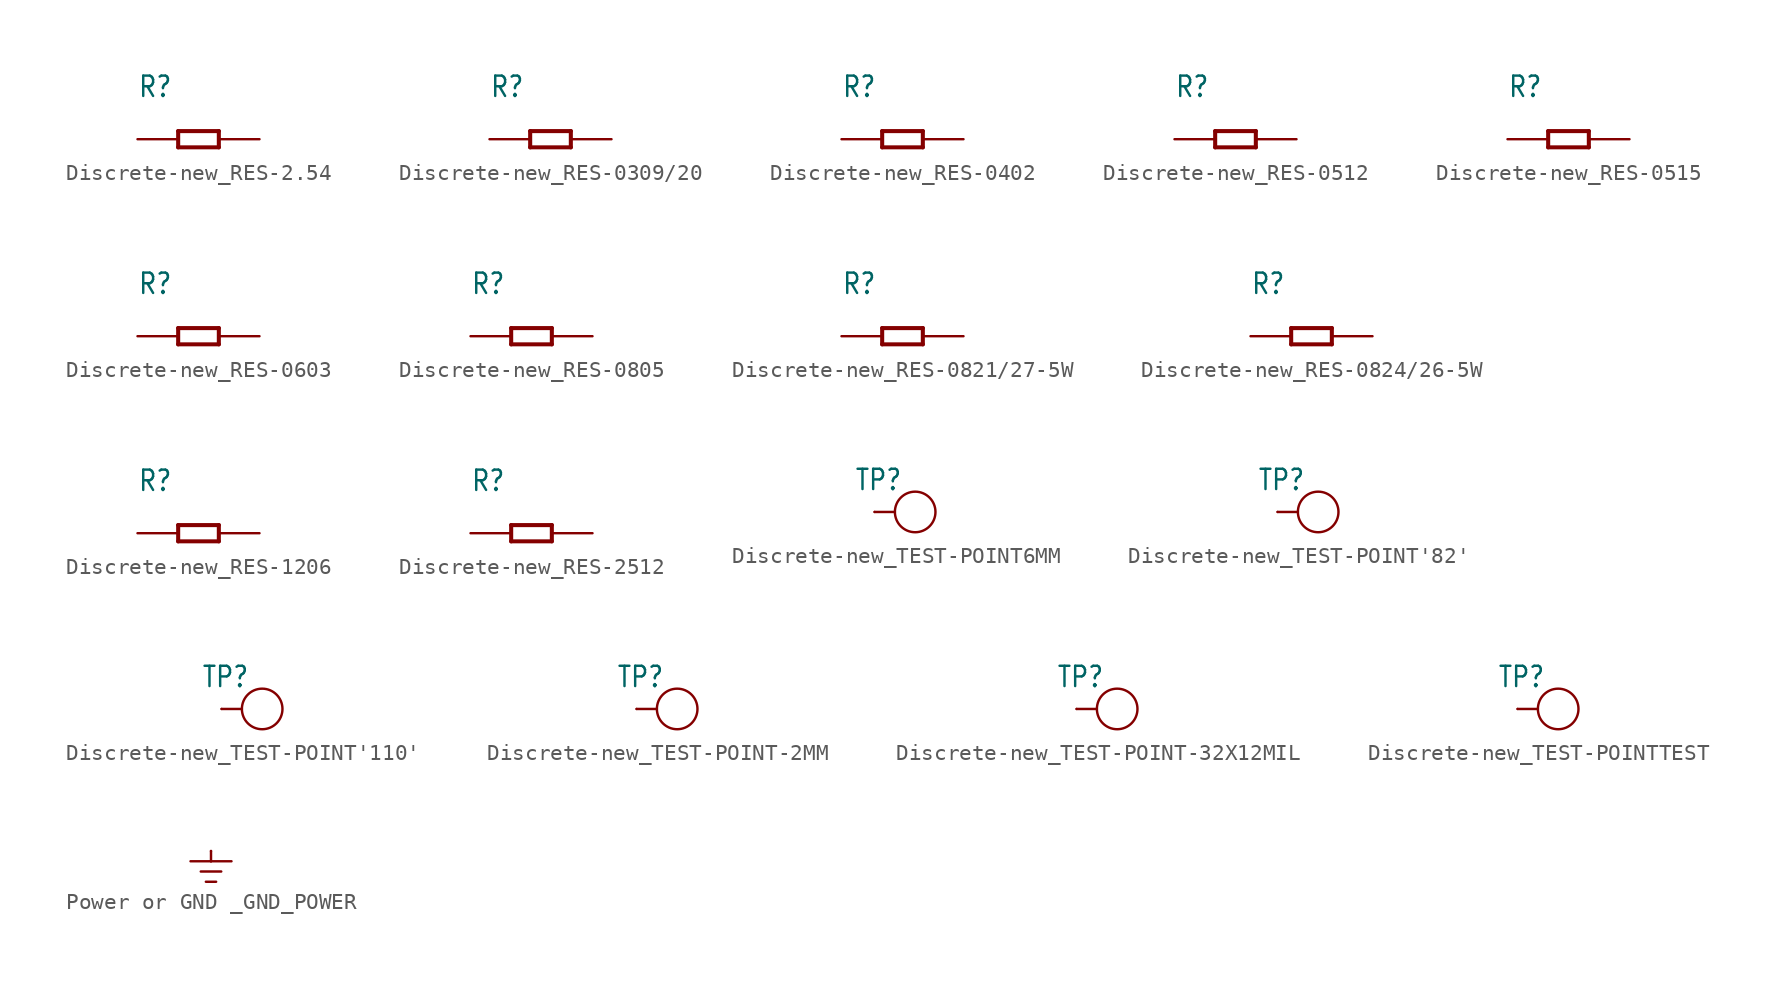
<source format=kicad_sym>
(kicad_symbol_lib
  (version 20231120)
  (generator "kicad_symbol_editor")
  (generator_version "8.0")
  (symbol "Discrete-new_RES-2.54"
    (property "Reference" "R"
      (at -3.81 2.54 0)
      (effects (font (size 1.27 1.079)) (justify left bottom)))
    (property "Value" ""
      (at -3.81 1.27 0)
      (effects (font (size 1.27 1.079)) (justify left bottom)))
    (property "ki_locked" ""
      (at 0 0 0)
      (effects (font (size 1.27 1.27))))
    (symbol "Discrete-new_RES-2.54_1_0"
      (polyline (pts (xy -1.27 -0.508) (xy -1.27 0.508)) (stroke (width 0.254) (type solid)) (fill (type none)))
      (polyline (pts (xy -1.27 0.508) (xy 1.27 0.508)) (stroke (width 0.254) (type solid)) (fill (type none)))
      (polyline (pts (xy 1.27 -0.508) (xy -1.27 -0.508)) (stroke (width 0.254) (type solid)) (fill (type none)))
      (polyline (pts (xy 1.27 0.508) (xy 1.27 -0.508)) (stroke (width 0.254) (type solid)) (fill (type none)))
      (pin passive line (at -3.81 0 0) (length 2.54) (name "1" (effects (font (size 0 0)))) (number "1" (effects (font (size 0 0)))))
      (pin passive line (at 3.81 0 180) (length 2.54) (name "2" (effects (font (size 0 0)))) (number "2" (effects (font (size 0 0)))))))
  (symbol "Discrete-new_RES-0309/20"
    (property "Reference" "R"
      (at -3.81 2.54 0)
      (effects (font (size 1.27 1.079)) (justify left bottom)))
    (property "Value" ""
      (at -3.81 1.27 0)
      (effects (font (size 1.27 1.079)) (justify left bottom)))
    (property "ki_locked" ""
      (at 0 0 0)
      (effects (font (size 1.27 1.27))))
    (symbol "Discrete-new_RES-0309/20_1_0"
      (polyline (pts (xy -1.27 -0.508) (xy -1.27 0.508)) (stroke (width 0.254) (type solid)) (fill (type none)))
      (polyline (pts (xy -1.27 0.508) (xy 1.27 0.508)) (stroke (width 0.254) (type solid)) (fill (type none)))
      (polyline (pts (xy 1.27 -0.508) (xy -1.27 -0.508)) (stroke (width 0.254) (type solid)) (fill (type none)))
      (polyline (pts (xy 1.27 0.508) (xy 1.27 -0.508)) (stroke (width 0.254) (type solid)) (fill (type none)))
      (pin passive line (at -3.81 0 0) (length 2.54) (name "1" (effects (font (size 0 0)))) (number "1" (effects (font (size 0 0)))))
      (pin passive line (at 3.81 0 180) (length 2.54) (name "2" (effects (font (size 0 0)))) (number "2" (effects (font (size 0 0)))))))
  (symbol "Discrete-new_RES-0402"
    (property "Reference" "R"
      (at -3.81 2.54 0)
      (effects (font (size 1.27 1.079)) (justify left bottom)))
    (property "Value" ""
      (at -3.81 1.27 0)
      (effects (font (size 1.27 1.079)) (justify left bottom)))
    (property "ki_locked" ""
      (at 0 0 0)
      (effects (font (size 1.27 1.27))))
    (symbol "Discrete-new_RES-0402_1_0"
      (polyline (pts (xy -1.27 -0.508) (xy -1.27 0.508)) (stroke (width 0.254) (type solid)) (fill (type none)))
      (polyline (pts (xy -1.27 0.508) (xy 1.27 0.508)) (stroke (width 0.254) (type solid)) (fill (type none)))
      (polyline (pts (xy 1.27 -0.508) (xy -1.27 -0.508)) (stroke (width 0.254) (type solid)) (fill (type none)))
      (polyline (pts (xy 1.27 0.508) (xy 1.27 -0.508)) (stroke (width 0.254) (type solid)) (fill (type none)))
      (pin passive line (at -3.81 0 0) (length 2.54) (name "1" (effects (font (size 0 0)))) (number "1" (effects (font (size 0 0)))))
      (pin passive line (at 3.81 0 180) (length 2.54) (name "2" (effects (font (size 0 0)))) (number "2" (effects (font (size 0 0)))))))
  (symbol "Discrete-new_RES-0512"
    (property "Reference" "R"
      (at -3.81 2.54 0)
      (effects (font (size 1.27 1.079)) (justify left bottom)))
    (property "Value" ""
      (at -3.81 1.27 0)
      (effects (font (size 1.27 1.079)) (justify left bottom)))
    (property "ki_locked" ""
      (at 0 0 0)
      (effects (font (size 1.27 1.27))))
    (symbol "Discrete-new_RES-0512_1_0"
      (polyline (pts (xy -1.27 -0.508) (xy -1.27 0.508)) (stroke (width 0.254) (type solid)) (fill (type none)))
      (polyline (pts (xy -1.27 0.508) (xy 1.27 0.508)) (stroke (width 0.254) (type solid)) (fill (type none)))
      (polyline (pts (xy 1.27 -0.508) (xy -1.27 -0.508)) (stroke (width 0.254) (type solid)) (fill (type none)))
      (polyline (pts (xy 1.27 0.508) (xy 1.27 -0.508)) (stroke (width 0.254) (type solid)) (fill (type none)))
      (pin passive line (at -3.81 0 0) (length 2.54) (name "1" (effects (font (size 0 0)))) (number "1" (effects (font (size 0 0)))))
      (pin passive line (at 3.81 0 180) (length 2.54) (name "2" (effects (font (size 0 0)))) (number "2" (effects (font (size 0 0)))))))
  (symbol "Discrete-new_RES-0515"
    (property "Reference" "R"
      (at -3.81 2.54 0)
      (effects (font (size 1.27 1.079)) (justify left bottom)))
    (property "Value" ""
      (at -3.81 1.27 0)
      (effects (font (size 1.27 1.079)) (justify left bottom)))
    (property "ki_locked" ""
      (at 0 0 0)
      (effects (font (size 1.27 1.27))))
    (symbol "Discrete-new_RES-0515_1_0"
      (polyline (pts (xy -1.27 -0.508) (xy -1.27 0.508)) (stroke (width 0.254) (type solid)) (fill (type none)))
      (polyline (pts (xy -1.27 0.508) (xy 1.27 0.508)) (stroke (width 0.254) (type solid)) (fill (type none)))
      (polyline (pts (xy 1.27 -0.508) (xy -1.27 -0.508)) (stroke (width 0.254) (type solid)) (fill (type none)))
      (polyline (pts (xy 1.27 0.508) (xy 1.27 -0.508)) (stroke (width 0.254) (type solid)) (fill (type none)))
      (pin passive line (at -3.81 0 0) (length 2.54) (name "1" (effects (font (size 0 0)))) (number "P$1" (effects (font (size 0 0)))))
      (pin passive line (at 3.81 0 180) (length 2.54) (name "2" (effects (font (size 0 0)))) (number "P$2" (effects (font (size 0 0)))))))
  (symbol "Discrete-new_RES-0603"
    (property "Reference" "R"
      (at -3.81 2.54 0)
      (effects (font (size 1.27 1.079)) (justify left bottom)))
    (property "Value" ""
      (at -3.81 1.27 0)
      (effects (font (size 1.27 1.079)) (justify left bottom)))
    (property "ki_locked" ""
      (at 0 0 0)
      (effects (font (size 1.27 1.27))))
    (symbol "Discrete-new_RES-0603_1_0"
      (polyline (pts (xy -1.27 -0.508) (xy -1.27 0.508)) (stroke (width 0.254) (type solid)) (fill (type none)))
      (polyline (pts (xy -1.27 0.508) (xy 1.27 0.508)) (stroke (width 0.254) (type solid)) (fill (type none)))
      (polyline (pts (xy 1.27 -0.508) (xy -1.27 -0.508)) (stroke (width 0.254) (type solid)) (fill (type none)))
      (polyline (pts (xy 1.27 0.508) (xy 1.27 -0.508)) (stroke (width 0.254) (type solid)) (fill (type none)))
      (pin passive line (at -3.81 0 0) (length 2.54) (name "1" (effects (font (size 0 0)))) (number "1" (effects (font (size 0 0)))))
      (pin passive line (at 3.81 0 180) (length 2.54) (name "2" (effects (font (size 0 0)))) (number "2" (effects (font (size 0 0)))))))
  (symbol "Discrete-new_RES-0805"
    (property "Reference" "R"
      (at -3.81 2.54 0)
      (effects (font (size 1.27 1.079)) (justify left bottom)))
    (property "Value" ""
      (at -3.81 1.27 0)
      (effects (font (size 1.27 1.079)) (justify left bottom)))
    (property "ki_locked" ""
      (at 0 0 0)
      (effects (font (size 1.27 1.27))))
    (symbol "Discrete-new_RES-0805_1_0"
      (polyline (pts (xy -1.27 -0.508) (xy -1.27 0.508)) (stroke (width 0.254) (type solid)) (fill (type none)))
      (polyline (pts (xy -1.27 0.508) (xy 1.27 0.508)) (stroke (width 0.254) (type solid)) (fill (type none)))
      (polyline (pts (xy 1.27 -0.508) (xy -1.27 -0.508)) (stroke (width 0.254) (type solid)) (fill (type none)))
      (polyline (pts (xy 1.27 0.508) (xy 1.27 -0.508)) (stroke (width 0.254) (type solid)) (fill (type none)))
      (pin passive line (at -3.81 0 0) (length 2.54) (name "1" (effects (font (size 0 0)))) (number "1" (effects (font (size 0 0)))))
      (pin passive line (at 3.81 0 180) (length 2.54) (name "2" (effects (font (size 0 0)))) (number "2" (effects (font (size 0 0)))))))
  (symbol "Discrete-new_RES-0821/27-5W"
    (property "Reference" "R"
      (at -3.81 2.54 0)
      (effects (font (size 1.27 1.079)) (justify left bottom)))
    (property "Value" ""
      (at -3.81 1.27 0)
      (effects (font (size 1.27 1.079)) (justify left bottom)))
    (property "ki_locked" ""
      (at 0 0 0)
      (effects (font (size 1.27 1.27))))
    (symbol "Discrete-new_RES-0821/27-5W_1_0"
      (polyline (pts (xy -1.27 -0.508) (xy -1.27 0.508)) (stroke (width 0.254) (type solid)) (fill (type none)))
      (polyline (pts (xy -1.27 0.508) (xy 1.27 0.508)) (stroke (width 0.254) (type solid)) (fill (type none)))
      (polyline (pts (xy 1.27 -0.508) (xy -1.27 -0.508)) (stroke (width 0.254) (type solid)) (fill (type none)))
      (polyline (pts (xy 1.27 0.508) (xy 1.27 -0.508)) (stroke (width 0.254) (type solid)) (fill (type none)))
      (pin passive line (at -3.81 0 0) (length 2.54) (name "1" (effects (font (size 0 0)))) (number "P$1" (effects (font (size 0 0)))))
      (pin passive line (at 3.81 0 180) (length 2.54) (name "2" (effects (font (size 0 0)))) (number "P$2" (effects (font (size 0 0)))))))
  (symbol "Discrete-new_RES-0824/26-5W"
    (property "Reference" "R"
      (at -3.81 2.54 0)
      (effects (font (size 1.27 1.079)) (justify left bottom)))
    (property "Value" ""
      (at -3.81 1.27 0)
      (effects (font (size 1.27 1.079)) (justify left bottom)))
    (property "ki_locked" ""
      (at 0 0 0)
      (effects (font (size 1.27 1.27))))
    (symbol "Discrete-new_RES-0824/26-5W_1_0"
      (polyline (pts (xy -1.27 -0.508) (xy -1.27 0.508)) (stroke (width 0.254) (type solid)) (fill (type none)))
      (polyline (pts (xy -1.27 0.508) (xy 1.27 0.508)) (stroke (width 0.254) (type solid)) (fill (type none)))
      (polyline (pts (xy 1.27 -0.508) (xy -1.27 -0.508)) (stroke (width 0.254) (type solid)) (fill (type none)))
      (polyline (pts (xy 1.27 0.508) (xy 1.27 -0.508)) (stroke (width 0.254) (type solid)) (fill (type none)))
      (pin passive line (at -3.81 0 0) (length 2.54) (name "1" (effects (font (size 0 0)))) (number "1" (effects (font (size 0 0)))))
      (pin passive line (at 3.81 0 180) (length 2.54) (name "2" (effects (font (size 0 0)))) (number "2" (effects (font (size 0 0)))))))
  (symbol "Discrete-new_RES-1206"
    (property "Reference" "R"
      (at -3.81 2.54 0)
      (effects (font (size 1.27 1.079)) (justify left bottom)))
    (property "Value" ""
      (at -3.81 1.27 0)
      (effects (font (size 1.27 1.079)) (justify left bottom)))
    (property "ki_locked" ""
      (at 0 0 0)
      (effects (font (size 1.27 1.27))))
    (symbol "Discrete-new_RES-1206_1_0"
      (polyline (pts (xy -1.27 -0.508) (xy -1.27 0.508)) (stroke (width 0.254) (type solid)) (fill (type none)))
      (polyline (pts (xy -1.27 0.508) (xy 1.27 0.508)) (stroke (width 0.254) (type solid)) (fill (type none)))
      (polyline (pts (xy 1.27 -0.508) (xy -1.27 -0.508)) (stroke (width 0.254) (type solid)) (fill (type none)))
      (polyline (pts (xy 1.27 0.508) (xy 1.27 -0.508)) (stroke (width 0.254) (type solid)) (fill (type none)))
      (pin passive line (at -3.81 0 0) (length 2.54) (name "1" (effects (font (size 0 0)))) (number "1" (effects (font (size 0 0)))))
      (pin passive line (at 3.81 0 180) (length 2.54) (name "2" (effects (font (size 0 0)))) (number "2" (effects (font (size 0 0)))))))
  (symbol "Discrete-new_RES-2512"
    (property "Reference" "R"
      (at -3.81 2.54 0)
      (effects (font (size 1.27 1.079)) (justify left bottom)))
    (property "Value" ""
      (at -3.81 1.27 0)
      (effects (font (size 1.27 1.079)) (justify left bottom)))
    (property "ki_locked" ""
      (at 0 0 0)
      (effects (font (size 1.27 1.27))))
    (symbol "Discrete-new_RES-2512_1_0"
      (polyline (pts (xy -1.27 -0.508) (xy -1.27 0.508)) (stroke (width 0.254) (type solid)) (fill (type none)))
      (polyline (pts (xy -1.27 0.508) (xy 1.27 0.508)) (stroke (width 0.254) (type solid)) (fill (type none)))
      (polyline (pts (xy 1.27 -0.508) (xy -1.27 -0.508)) (stroke (width 0.254) (type solid)) (fill (type none)))
      (polyline (pts (xy 1.27 0.508) (xy 1.27 -0.508)) (stroke (width 0.254) (type solid)) (fill (type none)))
      (pin passive line (at -3.81 0 0) (length 2.54) (name "1" (effects (font (size 0 0)))) (number "1" (effects (font (size 0 0)))))
      (pin passive line (at 3.81 0 180) (length 2.54) (name "2" (effects (font (size 0 0)))) (number "2" (effects (font (size 0 0)))))))
  (symbol "Discrete-new_TEST-POINT6MM"
    (property "Reference" "TP"
      (at -3.81 1.27 0)
      (effects (font (size 1.27 1.079)) (justify left bottom)))
    (property "ki_locked" ""
      (at 0 0 0)
      (effects (font (size 1.27 1.27))))
    (symbol "Discrete-new_TEST-POINT6MM_1_0"
      (polyline (pts (xy -2.54 0) (xy -1.27 0)) (stroke (width 0.152) (type solid)) (fill (type none)))
      (circle (center 0 0) (radius 1.27) (stroke (width 0.152) (type solid)) (fill (type none)))
      (pin bidirectional line (at -2.54 0 0) (length 0) (name "T" (effects (font (size 0 0)))) (number "1" (effects (font (size 0 0)))))))
  (symbol "Discrete-new_TEST-POINT'82'"
    (property "Reference" "TP"
      (at -3.81 1.27 0)
      (effects (font (size 1.27 1.079)) (justify left bottom)))
    (property "ki_locked" ""
      (at 0 0 0)
      (effects (font (size 1.27 1.27))))
    (symbol "Discrete-new_TEST-POINT'82'_1_0"
      (polyline (pts (xy -2.54 0) (xy -1.27 0)) (stroke (width 0.152) (type solid)) (fill (type none)))
      (circle (center 0 0) (radius 1.27) (stroke (width 0.152) (type solid)) (fill (type none)))
      (pin bidirectional line (at -2.54 0 0) (length 0) (name "T" (effects (font (size 0 0)))) (number "T" (effects (font (size 0 0)))))))
  (symbol "Discrete-new_TEST-POINT'110'"
    (property "Reference" "TP"
      (at -3.81 1.27 0)
      (effects (font (size 1.27 1.079)) (justify left bottom)))
    (property "ki_locked" ""
      (at 0 0 0)
      (effects (font (size 1.27 1.27))))
    (symbol "Discrete-new_TEST-POINT'110'_1_0"
      (polyline (pts (xy -2.54 0) (xy -1.27 0)) (stroke (width 0.152) (type solid)) (fill (type none)))
      (circle (center 0 0) (radius 1.27) (stroke (width 0.152) (type solid)) (fill (type none)))
      (pin bidirectional line (at -2.54 0 0) (length 0) (name "T" (effects (font (size 0 0)))) (number "T" (effects (font (size 0 0)))))))
  (symbol "Discrete-new_TEST-POINT-2MM"
    (property "Reference" "TP"
      (at -3.81 1.27 0)
      (effects (font (size 1.27 1.079)) (justify left bottom)))
    (property "ki_locked" ""
      (at 0 0 0)
      (effects (font (size 1.27 1.27))))
    (symbol "Discrete-new_TEST-POINT-2MM_1_0"
      (polyline (pts (xy -2.54 0) (xy -1.27 0)) (stroke (width 0.152) (type solid)) (fill (type none)))
      (circle (center 0 0) (radius 1.27) (stroke (width 0.152) (type solid)) (fill (type none)))
      (pin bidirectional line (at -2.54 0 0) (length 0) (name "T" (effects (font (size 0 0)))) (number "1" (effects (font (size 0 0)))))))
  (symbol "Discrete-new_TEST-POINT-32X12MIL"
    (property "Reference" "TP"
      (at -3.81 1.27 0)
      (effects (font (size 1.27 1.079)) (justify left bottom)))
    (property "ki_locked" ""
      (at 0 0 0)
      (effects (font (size 1.27 1.27))))
    (symbol "Discrete-new_TEST-POINT-32X12MIL_1_0"
      (polyline (pts (xy -2.54 0) (xy -1.27 0)) (stroke (width 0.152) (type solid)) (fill (type none)))
      (circle (center 0 0) (radius 1.27) (stroke (width 0.152) (type solid)) (fill (type none)))
      (pin bidirectional line (at -2.54 0 0) (length 0) (name "T" (effects (font (size 0 0)))) (number "1" (effects (font (size 0 0)))))))
  (symbol "Discrete-new_TEST-POINTTEST"
    (property "Reference" "TP"
      (at -3.81 1.27 0)
      (effects (font (size 1.27 1.079)) (justify left bottom)))
    (property "ki_locked" ""
      (at 0 0 0)
      (effects (font (size 1.27 1.27))))
    (symbol "Discrete-new_TEST-POINTTEST_1_0"
      (polyline (pts (xy -2.54 0) (xy -1.27 0)) (stroke (width 0.152) (type solid)) (fill (type none)))
      (circle (center 0 0) (radius 1.27) (stroke (width 0.152) (type solid)) (fill (type none)))
      (pin bidirectional line (at -2.54 0 0) (length 0) (name "T" (effects (font (size 0 0)))) (number "1" (effects (font (size 0 0)))))))
  (symbol "Power or GND _GND_POWER"
    (power)
    (property "Reference" "#G"
      (at 0 0 0)
      (effects (font (size 1.27 1.27)) (hide yes)))
    (property "ki_locked" ""
      (at 0 0 0)
      (effects (font (size 1.27 1.27))))
    (symbol "Power or GND _GND_POWER_1_0"
      (polyline (pts (xy -1.27 -0.635) (xy 0 -0.635)) (stroke (width 0.152) (type solid)) (fill (type none)))
      (polyline (pts (xy -0.635 -1.27) (xy 0.635 -1.27)) (stroke (width 0.152) (type solid)) (fill (type none)))
      (polyline (pts (xy -0.318 -1.905) (xy 0.318 -1.905)) (stroke (width 0.152) (type solid)) (fill (type none)))
      (polyline (pts (xy 0 -0.635) (xy 1.27 -0.635)) (stroke (width 0.152) (type solid)) (fill (type none)))
      (polyline (pts (xy 0 0) (xy 0 -0.635)) (stroke (width 0.152) (type solid)) (fill (type none)))
      (pin power_in line (at 0 0 270) (length 0) (name "GND" (effects (font (size 0 0)))) (number "1" (effects (font (size 0 0))))))))
</source>
